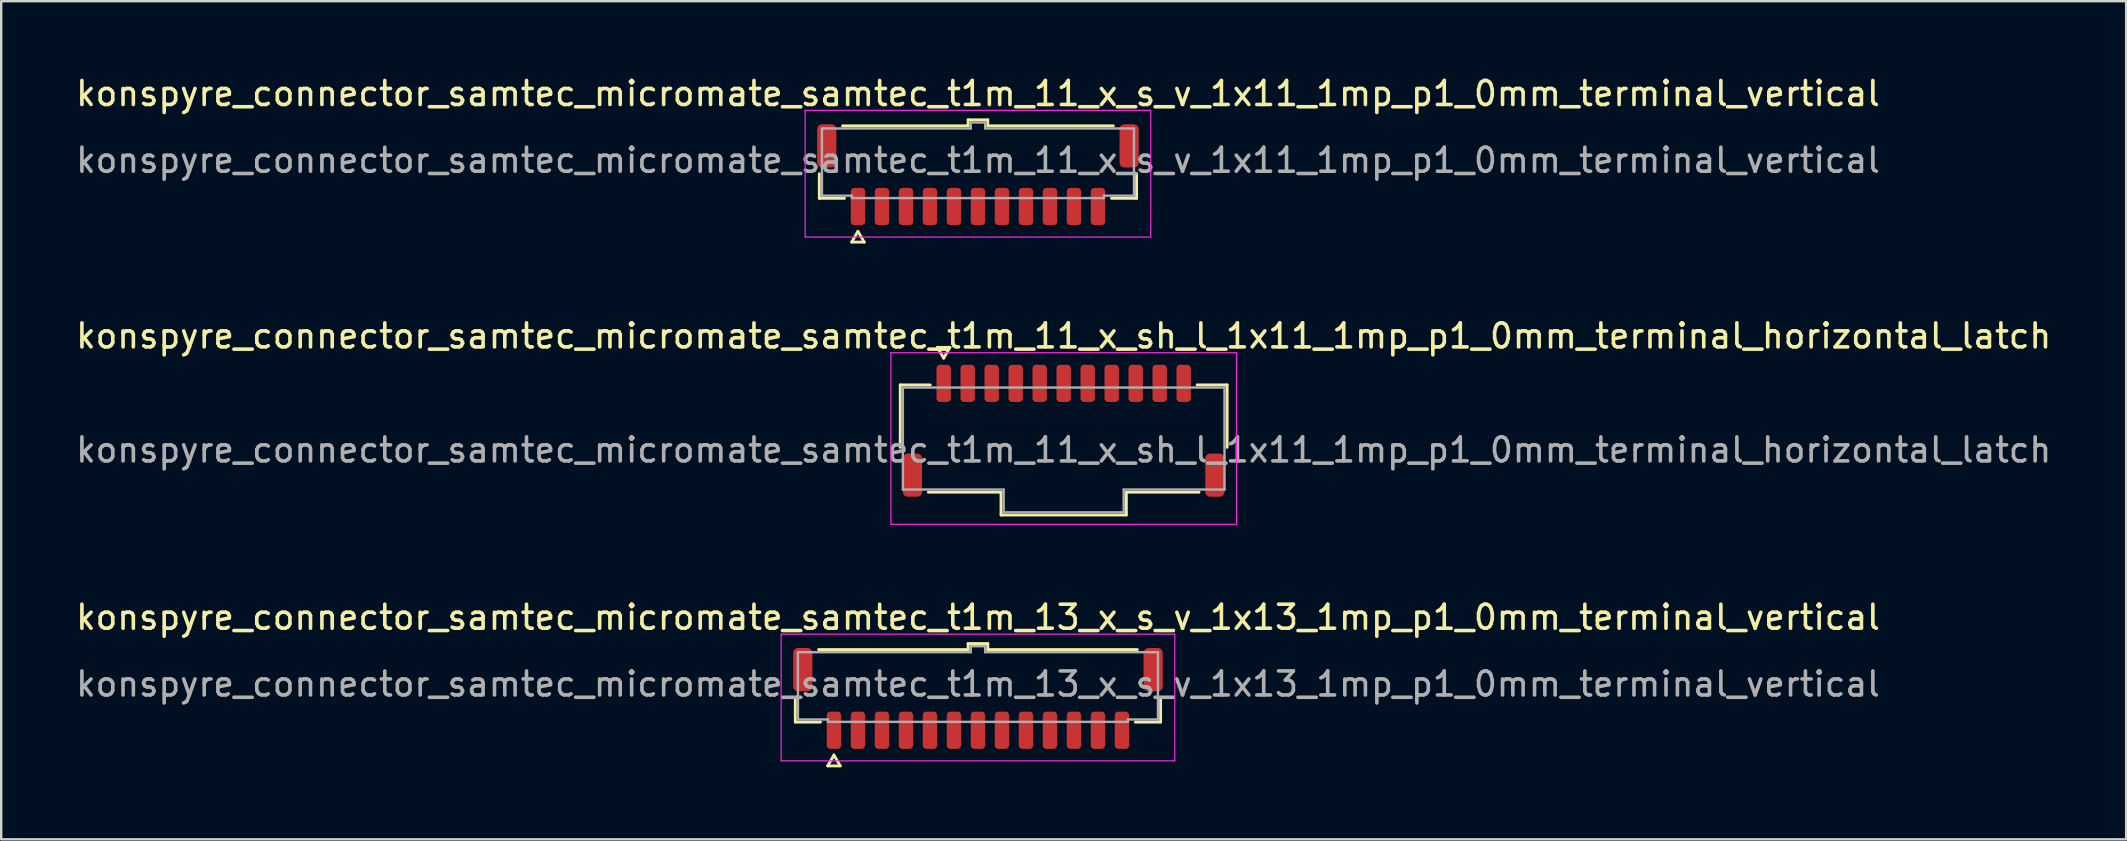
<source format=kicad_pcb>
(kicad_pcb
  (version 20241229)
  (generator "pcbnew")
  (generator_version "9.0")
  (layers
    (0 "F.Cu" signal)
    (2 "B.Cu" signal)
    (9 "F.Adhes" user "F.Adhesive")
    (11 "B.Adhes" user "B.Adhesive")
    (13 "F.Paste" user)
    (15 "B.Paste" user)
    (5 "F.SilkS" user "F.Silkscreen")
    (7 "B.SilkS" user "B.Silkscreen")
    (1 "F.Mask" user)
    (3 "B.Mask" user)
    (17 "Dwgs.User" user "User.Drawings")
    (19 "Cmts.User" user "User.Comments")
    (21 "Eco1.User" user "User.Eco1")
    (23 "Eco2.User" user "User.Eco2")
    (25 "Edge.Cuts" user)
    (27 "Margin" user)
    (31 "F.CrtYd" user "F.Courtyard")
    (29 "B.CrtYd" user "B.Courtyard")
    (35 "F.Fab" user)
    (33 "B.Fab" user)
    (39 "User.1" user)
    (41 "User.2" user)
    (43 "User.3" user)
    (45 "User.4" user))
  (footprint "konspyre_connector_samtec_micromate_samtec_t1m_11_x_s_v_1x11_1mp_p1_0mm_terminal_vertical"
    (layer "F.Cu")
    (at 37.696 3.628)
    (property "Reference" "konspyre_connector_samtec_micromate_samtec_t1m_11_x_s_v_1x11_1mp_p1_0mm_terminal_vertical" (at 0 -2.78 0) (layer "F.SilkS") (effects (font (size 1 1) (thickness 0.15))))
    (attr smd)
    (fp_line (start -6.61 1.585) (end -6.61 0.56) (stroke (width 0.12) (type solid)) (layer "F.SilkS"))
    (fp_line (start -5.64 -1.435) (end -0.41 -1.435) (stroke (width 0.12) (type solid)) (layer "F.SilkS"))
    (fp_line (start -5.56 1.585) (end -6.61 1.585) (stroke (width 0.12) (type solid)) (layer "F.SilkS"))
    (fp_line (start -5.26 3.41) (end -5 2.96) (stroke (width 0.12) (type solid)) (layer "F.SilkS"))
    (fp_line (start -5 2.96) (end -4.74 3.41) (stroke (width 0.12) (type solid)) (layer "F.SilkS"))
    (fp_line (start -4.74 3.41) (end -5.26 3.41) (stroke (width 0.12) (type solid)) (layer "F.SilkS"))
    (fp_line (start -0.41 -1.685) (end 0.41 -1.685) (stroke (width 0.12) (type solid)) (layer "F.SilkS"))
    (fp_line (start -0.41 -1.435) (end -0.41 -1.685) (stroke (width 0.12) (type solid)) (layer "F.SilkS"))
    (fp_line (start 0.41 -1.685) (end 0.41 -1.435) (stroke (width 0.12) (type solid)) (layer "F.SilkS"))
    (fp_line (start 0.41 -1.435) (end 5.64 -1.435) (stroke (width 0.12) (type solid)) (layer "F.SilkS"))
    (fp_line (start 6.61 0.56) (end 6.61 1.585) (stroke (width 0.12) (type solid)) (layer "F.SilkS"))
    (fp_line (start 6.61 1.585) (end 5.56 1.585) (stroke (width 0.12) (type solid)) (layer "F.SilkS"))
    (fp_line (start -7.2 -2.08) (end -7.2 3.2) (stroke (width 0.05) (type solid)) (layer "F.CrtYd"))
    (fp_line (start -7.2 3.2) (end 7.2 3.2) (stroke (width 0.05) (type solid)) (layer "F.CrtYd"))
    (fp_line (start 7.2 -2.08) (end -7.2 -2.08) (stroke (width 0.05) (type solid)) (layer "F.CrtYd"))
    (fp_line (start 7.2 3.2) (end 7.2 -2.08) (stroke (width 0.05) (type solid)) (layer "F.CrtYd"))
    (fp_line (start -6.5 -1.325) (end -0.3 -1.325) (stroke (width 0.1) (type solid)) (layer "F.Fab"))
    (fp_line (start -6.5 1.475) (end -6.5 -1.325) (stroke (width 0.1) (type solid)) (layer "F.Fab"))
    (fp_line (start -5.25 1.475) (end -6.5 1.475) (stroke (width 0.1) (type solid)) (layer "F.Fab"))
    (fp_line (start -5.25 1.575) (end -5.25 1.475) (stroke (width 0.1) (type solid)) (layer "F.Fab"))
    (fp_line (start -0.3 -1.575) (end 0.3 -1.575) (stroke (width 0.1) (type solid)) (layer "F.Fab"))
    (fp_line (start -0.3 -1.325) (end -0.3 -1.575) (stroke (width 0.1) (type solid)) (layer "F.Fab"))
    (fp_line (start 0.3 -1.575) (end 0.3 -1.325) (stroke (width 0.1) (type solid)) (layer "F.Fab"))
    (fp_line (start 0.3 -1.325) (end 6.5 -1.325) (stroke (width 0.1) (type solid)) (layer "F.Fab"))
    (fp_line (start 5.25 1.475) (end 5.25 1.575) (stroke (width 0.1) (type solid)) (layer "F.Fab"))
    (fp_line (start 5.25 1.575) (end -5.25 1.575) (stroke (width 0.1) (type solid)) (layer "F.Fab"))
    (fp_line (start 6.5 -1.325) (end 6.5 1.475) (stroke (width 0.1) (type solid)) (layer "F.Fab"))
    (fp_line (start 6.5 1.475) (end 5.25 1.475) (stroke (width 0.1) (type solid)) (layer "F.Fab"))
    (fp_text user "${REFERENCE}" (at 0 0 0) (layer "F.Fab") (effects (font (size 1 1) (thickness 0.15))))
    (pad "1" smd roundrect (at -5 1.925) (size 0.6 1.55) (layers "F.Cu" "F.Mask" "F.Paste") (roundrect_rratio 0.25))
    (pad "2" smd roundrect (at -4 1.925) (size 0.6 1.55) (layers "F.Cu" "F.Mask" "F.Paste") (roundrect_rratio 0.25))
    (pad "3" smd roundrect (at -3 1.925) (size 0.6 1.55) (layers "F.Cu" "F.Mask" "F.Paste") (roundrect_rratio 0.25))
    (pad "4" smd roundrect (at -2 1.925) (size 0.6 1.55) (layers "F.Cu" "F.Mask" "F.Paste") (roundrect_rratio 0.25))
    (pad "5" smd roundrect (at -1 1.925) (size 0.6 1.55) (layers "F.Cu" "F.Mask" "F.Paste") (roundrect_rratio 0.25))
    (pad "6" smd roundrect (at 0 1.925) (size 0.6 1.55) (layers "F.Cu" "F.Mask" "F.Paste") (roundrect_rratio 0.25))
    (pad "7" smd roundrect (at 1 1.925) (size 0.6 1.55) (layers "F.Cu" "F.Mask" "F.Paste") (roundrect_rratio 0.25))
    (pad "8" smd roundrect (at 2 1.925) (size 0.6 1.55) (layers "F.Cu" "F.Mask" "F.Paste") (roundrect_rratio 0.25))
    (pad "9" smd roundrect (at 3 1.925) (size 0.6 1.55) (layers "F.Cu" "F.Mask" "F.Paste") (roundrect_rratio 0.25))
    (pad "10" smd roundrect (at 4 1.925) (size 0.6 1.55) (layers "F.Cu" "F.Mask" "F.Paste") (roundrect_rratio 0.25))
    (pad "11" smd roundrect (at 5 1.925) (size 0.6 1.55) (layers "F.Cu" "F.Mask" "F.Paste") (roundrect_rratio 0.25))
    (pad "MP" smd roundrect (at -6.3 -0.6) (size 0.8 1.8) (layers "F.Cu" "F.Mask" "F.Paste") (roundrect_rratio 0.25))
    (pad "MP" smd roundrect (at 6.3 -0.6) (size 0.8 1.8) (layers "F.Cu" "F.Mask" "F.Paste") (roundrect_rratio 0.25)))
  (footprint "konspyre_connector_samtec_micromate_samtec_t1m_13_x_s_v_1x13_1mp_p1_0mm_terminal_vertical"
    (layer "F.Cu")
    (at 37.696 25.45)
    (property "Reference" "konspyre_connector_samtec_micromate_samtec_t1m_13_x_s_v_1x13_1mp_p1_0mm_terminal_vertical" (at 0 -2.78 0) (layer "F.SilkS") (effects (font (size 1 1) (thickness 0.15))))
    (attr smd)
    (fp_line (start -7.61 1.585) (end -7.61 0.56) (stroke (width 0.12) (type solid)) (layer "F.SilkS"))
    (fp_line (start -6.64 -1.435) (end -0.41 -1.435) (stroke (width 0.12) (type solid)) (layer "F.SilkS"))
    (fp_line (start -6.56 1.585) (end -7.61 1.585) (stroke (width 0.12) (type solid)) (layer "F.SilkS"))
    (fp_line (start -6.26 3.41) (end -6 2.96) (stroke (width 0.12) (type solid)) (layer "F.SilkS"))
    (fp_line (start -6 2.96) (end -5.74 3.41) (stroke (width 0.12) (type solid)) (layer "F.SilkS"))
    (fp_line (start -5.74 3.41) (end -6.26 3.41) (stroke (width 0.12) (type solid)) (layer "F.SilkS"))
    (fp_line (start -0.41 -1.685) (end 0.41 -1.685) (stroke (width 0.12) (type solid)) (layer "F.SilkS"))
    (fp_line (start -0.41 -1.435) (end -0.41 -1.685) (stroke (width 0.12) (type solid)) (layer "F.SilkS"))
    (fp_line (start 0.41 -1.685) (end 0.41 -1.435) (stroke (width 0.12) (type solid)) (layer "F.SilkS"))
    (fp_line (start 0.41 -1.435) (end 6.64 -1.435) (stroke (width 0.12) (type solid)) (layer "F.SilkS"))
    (fp_line (start 7.61 0.56) (end 7.61 1.585) (stroke (width 0.12) (type solid)) (layer "F.SilkS"))
    (fp_line (start 7.61 1.585) (end 6.56 1.585) (stroke (width 0.12) (type solid)) (layer "F.SilkS"))
    (fp_line (start -8.2 -2.08) (end -8.2 3.2) (stroke (width 0.05) (type solid)) (layer "F.CrtYd"))
    (fp_line (start -8.2 3.2) (end 8.2 3.2) (stroke (width 0.05) (type solid)) (layer "F.CrtYd"))
    (fp_line (start 8.2 -2.08) (end -8.2 -2.08) (stroke (width 0.05) (type solid)) (layer "F.CrtYd"))
    (fp_line (start 8.2 3.2) (end 8.2 -2.08) (stroke (width 0.05) (type solid)) (layer "F.CrtYd"))
    (fp_line (start -7.5 -1.325) (end -0.3 -1.325) (stroke (width 0.1) (type solid)) (layer "F.Fab"))
    (fp_line (start -7.5 1.475) (end -7.5 -1.325) (stroke (width 0.1) (type solid)) (layer "F.Fab"))
    (fp_line (start -6.25 1.475) (end -7.5 1.475) (stroke (width 0.1) (type solid)) (layer "F.Fab"))
    (fp_line (start -6.25 1.575) (end -6.25 1.475) (stroke (width 0.1) (type solid)) (layer "F.Fab"))
    (fp_line (start -0.3 -1.575) (end 0.3 -1.575) (stroke (width 0.1) (type solid)) (layer "F.Fab"))
    (fp_line (start -0.3 -1.325) (end -0.3 -1.575) (stroke (width 0.1) (type solid)) (layer "F.Fab"))
    (fp_line (start 0.3 -1.575) (end 0.3 -1.325) (stroke (width 0.1) (type solid)) (layer "F.Fab"))
    (fp_line (start 0.3 -1.325) (end 7.5 -1.325) (stroke (width 0.1) (type solid)) (layer "F.Fab"))
    (fp_line (start 6.25 1.475) (end 6.25 1.575) (stroke (width 0.1) (type solid)) (layer "F.Fab"))
    (fp_line (start 6.25 1.575) (end -6.25 1.575) (stroke (width 0.1) (type solid)) (layer "F.Fab"))
    (fp_line (start 7.5 -1.325) (end 7.5 1.475) (stroke (width 0.1) (type solid)) (layer "F.Fab"))
    (fp_line (start 7.5 1.475) (end 6.25 1.475) (stroke (width 0.1) (type solid)) (layer "F.Fab"))
    (fp_text user "${REFERENCE}" (at 0 0 0) (layer "F.Fab") (effects (font (size 1 1) (thickness 0.15))))
    (pad "1" smd roundrect (at -6 1.925) (size 0.6 1.55) (layers "F.Cu" "F.Mask" "F.Paste") (roundrect_rratio 0.25))
    (pad "2" smd roundrect (at -5 1.925) (size 0.6 1.55) (layers "F.Cu" "F.Mask" "F.Paste") (roundrect_rratio 0.25))
    (pad "3" smd roundrect (at -4 1.925) (size 0.6 1.55) (layers "F.Cu" "F.Mask" "F.Paste") (roundrect_rratio 0.25))
    (pad "4" smd roundrect (at -3 1.925) (size 0.6 1.55) (layers "F.Cu" "F.Mask" "F.Paste") (roundrect_rratio 0.25))
    (pad "5" smd roundrect (at -2 1.925) (size 0.6 1.55) (layers "F.Cu" "F.Mask" "F.Paste") (roundrect_rratio 0.25))
    (pad "6" smd roundrect (at -1 1.925) (size 0.6 1.55) (layers "F.Cu" "F.Mask" "F.Paste") (roundrect_rratio 0.25))
    (pad "7" smd roundrect (at 0 1.925) (size 0.6 1.55) (layers "F.Cu" "F.Mask" "F.Paste") (roundrect_rratio 0.25))
    (pad "8" smd roundrect (at 1 1.925) (size 0.6 1.55) (layers "F.Cu" "F.Mask" "F.Paste") (roundrect_rratio 0.25))
    (pad "9" smd roundrect (at 2 1.925) (size 0.6 1.55) (layers "F.Cu" "F.Mask" "F.Paste") (roundrect_rratio 0.25))
    (pad "10" smd roundrect (at 3 1.925) (size 0.6 1.55) (layers "F.Cu" "F.Mask" "F.Paste") (roundrect_rratio 0.25))
    (pad "11" smd roundrect (at 4 1.925) (size 0.6 1.55) (layers "F.Cu" "F.Mask" "F.Paste") (roundrect_rratio 0.25))
    (pad "12" smd roundrect (at 5 1.925) (size 0.6 1.55) (layers "F.Cu" "F.Mask" "F.Paste") (roundrect_rratio 0.25))
    (pad "13" smd roundrect (at 6 1.925) (size 0.6 1.55) (layers "F.Cu" "F.Mask" "F.Paste") (roundrect_rratio 0.25))
    (pad "MP" smd roundrect (at -7.3 -0.6) (size 0.8 1.8) (layers "F.Cu" "F.Mask" "F.Paste") (roundrect_rratio 0.25))
    (pad "MP" smd roundrect (at 7.3 -0.6) (size 0.8 1.8) (layers "F.Cu" "F.Mask" "F.Paste") (roundrect_rratio 0.25)))
  (footprint "konspyre_connector_samtec_micromate_samtec_t1m_11_x_sh_l_1x11_1mp_p1_0mm_terminal_horizontal_latch"
    (layer "F.Cu")
    (at 41.268 15.697)
    (property "Reference" "konspyre_connector_samtec_micromate_samtec_t1m_11_x_sh_l_1x11_1mp_p1_0mm_terminal_horizontal_latch" (at 0 -4.75 0) (layer "F.SilkS") (effects (font (size 1 1) (thickness 0.15))))
    (attr smd)
    (fp_line (start -6.81 -2.71) (end -5.56 -2.71) (stroke (width 0.12) (type solid)) (layer "F.SilkS"))
    (fp_line (start -6.81 -0.11) (end -6.81 -2.71) (stroke (width 0.12) (type solid)) (layer "F.SilkS"))
    (fp_line (start -5.26 -4.275) (end -5 -3.825) (stroke (width 0.12) (type solid)) (layer "F.SilkS"))
    (fp_line (start -5 -3.825) (end -4.74 -4.275) (stroke (width 0.12) (type solid)) (layer "F.SilkS"))
    (fp_line (start -4.74 -4.275) (end -5.26 -4.275) (stroke (width 0.12) (type solid)) (layer "F.SilkS"))
    (fp_line (start -2.61 1.76) (end -5.64 1.76) (stroke (width 0.12) (type solid)) (layer "F.SilkS"))
    (fp_line (start -2.61 2.71) (end -2.61 1.76) (stroke (width 0.12) (type solid)) (layer "F.SilkS"))
    (fp_line (start 2.61 1.76) (end 2.61 2.71) (stroke (width 0.12) (type solid)) (layer "F.SilkS"))
    (fp_line (start 2.61 2.71) (end -2.61 2.71) (stroke (width 0.12) (type solid)) (layer "F.SilkS"))
    (fp_line (start 5.56 -2.71) (end 6.81 -2.71) (stroke (width 0.12) (type solid)) (layer "F.SilkS"))
    (fp_line (start 5.64 1.76) (end 2.61 1.76) (stroke (width 0.12) (type solid)) (layer "F.SilkS"))
    (fp_line (start 6.81 -2.71) (end 6.81 -0.11) (stroke (width 0.12) (type solid)) (layer "F.SilkS"))
    (fp_line (start -7.2 -4.05) (end -7.2 3.1) (stroke (width 0.05) (type solid)) (layer "F.CrtYd"))
    (fp_line (start -7.2 3.1) (end 7.2 3.1) (stroke (width 0.05) (type solid)) (layer "F.CrtYd"))
    (fp_line (start 7.2 -4.05) (end -7.2 -4.05) (stroke (width 0.05) (type solid)) (layer "F.CrtYd"))
    (fp_line (start 7.2 3.1) (end 7.2 -4.05) (stroke (width 0.05) (type solid)) (layer "F.CrtYd"))
    (fp_line (start -6.7 -2.6) (end 6.7 -2.6) (stroke (width 0.1) (type solid)) (layer "F.Fab"))
    (fp_line (start -6.7 1.65) (end -6.7 -2.6) (stroke (width 0.1) (type solid)) (layer "F.Fab"))
    (fp_line (start -2.5 1.65) (end -6.7 1.65) (stroke (width 0.1) (type solid)) (layer "F.Fab"))
    (fp_line (start -2.5 2.6) (end -2.5 1.65) (stroke (width 0.1) (type solid)) (layer "F.Fab"))
    (fp_line (start 2.5 1.65) (end 2.5 2.6) (stroke (width 0.1) (type solid)) (layer "F.Fab"))
    (fp_line (start 2.5 2.6) (end -2.5 2.6) (stroke (width 0.1) (type solid)) (layer "F.Fab"))
    (fp_line (start 6.7 -2.6) (end 6.7 1.65) (stroke (width 0.1) (type solid)) (layer "F.Fab"))
    (fp_line (start 6.7 1.65) (end 2.5 1.65) (stroke (width 0.1) (type solid)) (layer "F.Fab"))
    (fp_text user "${REFERENCE}" (at 0 0 0) (layer "F.Fab") (effects (font (size 1 1) (thickness 0.15))))
    (pad "1" smd roundrect (at -5 -2.775) (size 0.6 1.55) (layers "F.Cu" "F.Mask" "F.Paste") (roundrect_rratio 0.25))
    (pad "2" smd roundrect (at -4 -2.775) (size 0.6 1.55) (layers "F.Cu" "F.Mask" "F.Paste") (roundrect_rratio 0.25))
    (pad "3" smd roundrect (at -3 -2.775) (size 0.6 1.55) (layers "F.Cu" "F.Mask" "F.Paste") (roundrect_rratio 0.25))
    (pad "4" smd roundrect (at -2 -2.775) (size 0.6 1.55) (layers "F.Cu" "F.Mask" "F.Paste") (roundrect_rratio 0.25))
    (pad "5" smd roundrect (at -1 -2.775) (size 0.6 1.55) (layers "F.Cu" "F.Mask" "F.Paste") (roundrect_rratio 0.25))
    (pad "6" smd roundrect (at 0 -2.775) (size 0.6 1.55) (layers "F.Cu" "F.Mask" "F.Paste") (roundrect_rratio 0.25))
    (pad "7" smd roundrect (at 1 -2.775) (size 0.6 1.55) (layers "F.Cu" "F.Mask" "F.Paste") (roundrect_rratio 0.25))
    (pad "8" smd roundrect (at 2 -2.775) (size 0.6 1.55) (layers "F.Cu" "F.Mask" "F.Paste") (roundrect_rratio 0.25))
    (pad "9" smd roundrect (at 3 -2.775) (size 0.6 1.55) (layers "F.Cu" "F.Mask" "F.Paste") (roundrect_rratio 0.25))
    (pad "10" smd roundrect (at 4 -2.775) (size 0.6 1.55) (layers "F.Cu" "F.Mask" "F.Paste") (roundrect_rratio 0.25))
    (pad "11" smd roundrect (at 5 -2.775) (size 0.6 1.55) (layers "F.Cu" "F.Mask" "F.Paste") (roundrect_rratio 0.25))
    (pad "MP" smd roundrect (at -6.3 1.05) (size 0.8 1.8) (layers "F.Cu" "F.Mask" "F.Paste") (roundrect_rratio 0.25))
    (pad "MP" smd roundrect (at 6.3 1.05) (size 0.8 1.8) (layers "F.Cu" "F.Mask" "F.Paste") (roundrect_rratio 0.25)))
  (gr_rect
    (start -3 -3)
    (end 85.536 31.92)
    (stroke (width 0.1) (type default))
    (fill no)
    (layer "Edge.Cuts")))
</source>
